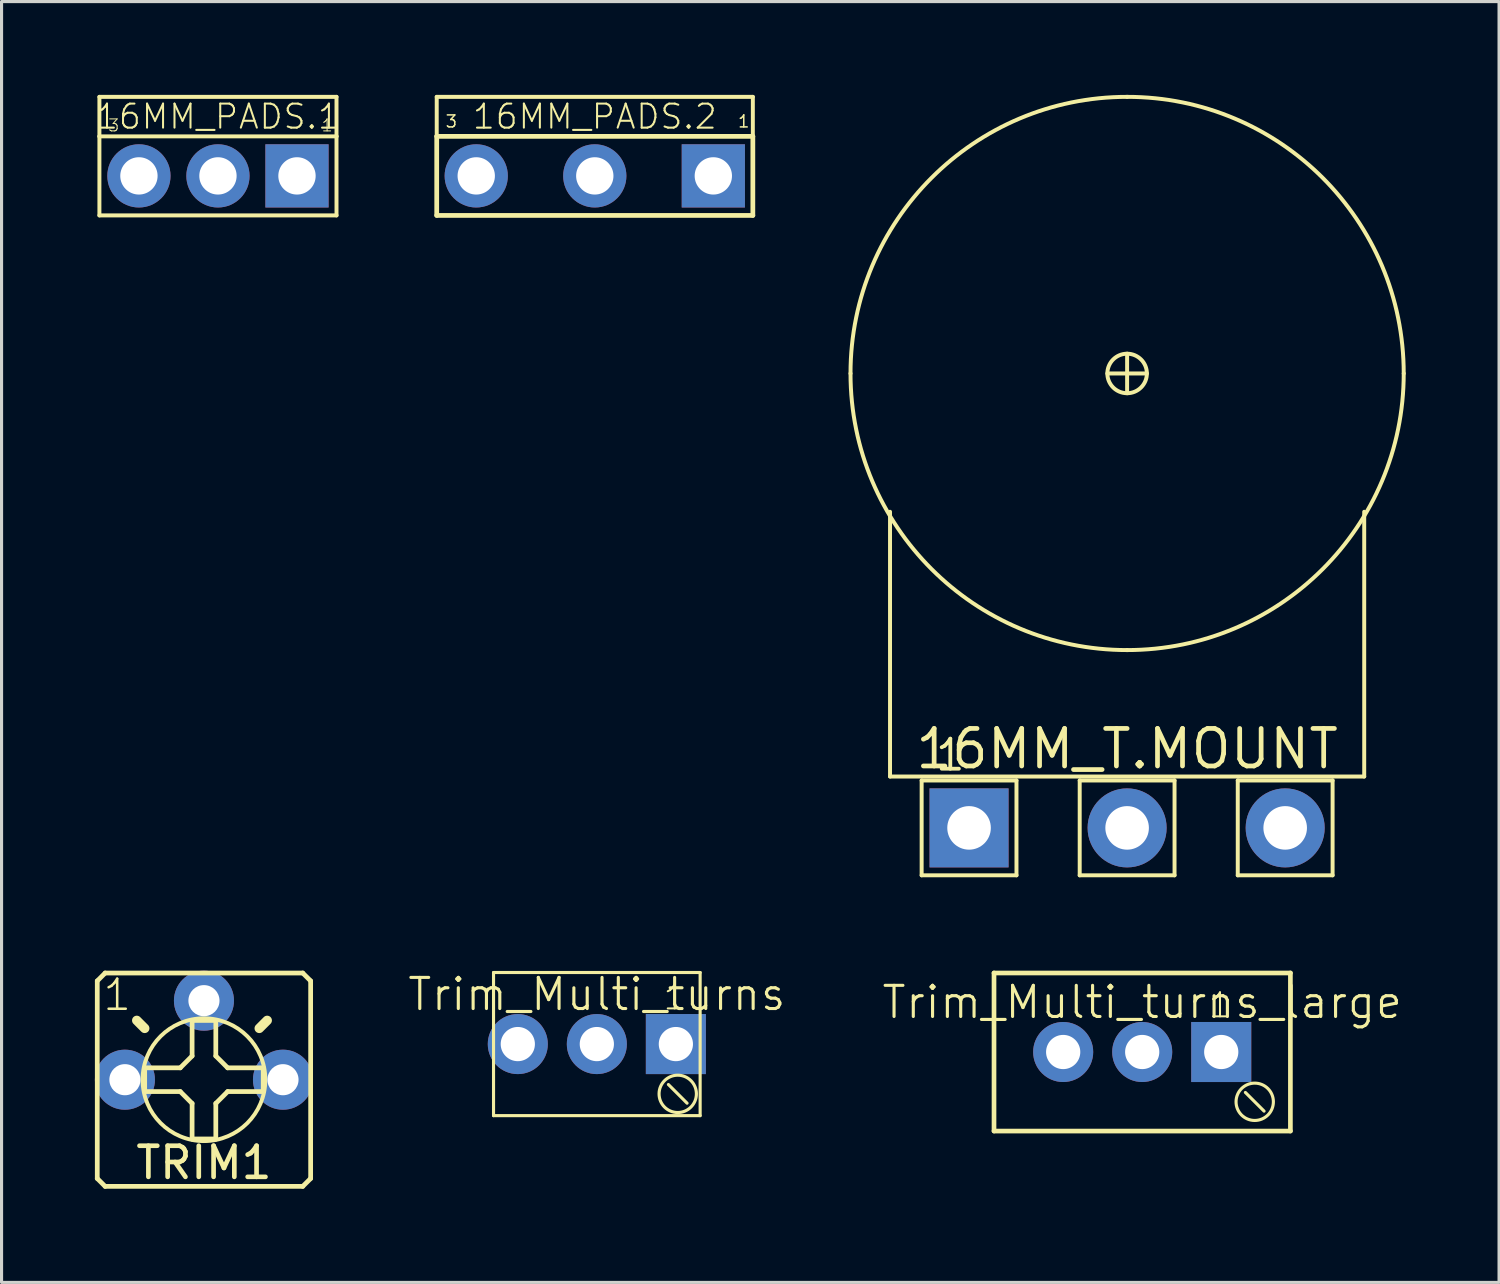
<source format=kicad_pcb>
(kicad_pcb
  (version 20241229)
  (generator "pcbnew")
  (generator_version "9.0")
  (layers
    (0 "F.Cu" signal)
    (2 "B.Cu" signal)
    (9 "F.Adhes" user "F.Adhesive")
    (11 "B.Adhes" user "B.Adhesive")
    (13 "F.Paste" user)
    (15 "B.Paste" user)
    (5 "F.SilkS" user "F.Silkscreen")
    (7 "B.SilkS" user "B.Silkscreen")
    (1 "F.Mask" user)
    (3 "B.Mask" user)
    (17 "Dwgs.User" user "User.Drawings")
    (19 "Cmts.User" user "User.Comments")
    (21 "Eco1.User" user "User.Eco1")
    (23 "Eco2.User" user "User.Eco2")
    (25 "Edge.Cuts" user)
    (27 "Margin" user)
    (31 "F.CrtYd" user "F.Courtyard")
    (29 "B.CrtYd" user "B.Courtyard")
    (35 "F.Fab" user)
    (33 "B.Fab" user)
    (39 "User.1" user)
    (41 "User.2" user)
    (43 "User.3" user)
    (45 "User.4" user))
  (footprint "16MM_PADS.2"
    (layer "F.Cu")
    (at 16.066 2.603)
    (property "Reference" "16MM_PADS.2" (at 0 -1.905 0) (layer "F.SilkS") (effects (font (size 0.772 0.772) (thickness 0.065))))
    (attr through_hole)
    (fp_line (start -5.08 -2.54) (end 5.08 -2.54) (stroke (width 0.127) (type solid)) (layer "F.SilkS"))
    (fp_line (start -5.08 -1.27) (end -5.08 -2.54) (stroke (width 0.127) (type solid)) (layer "F.SilkS"))
    (fp_line (start -5.08 -1.27) (end 5.08 -1.27) (stroke (width 0.152) (type solid)) (layer "F.SilkS"))
    (fp_line (start -5.08 1.27) (end -5.08 -1.27) (stroke (width 0.152) (type solid)) (layer "F.SilkS"))
    (fp_line (start 5.08 -2.54) (end 5.08 -1.27) (stroke (width 0.127) (type solid)) (layer "F.SilkS"))
    (fp_line (start 5.08 -1.27) (end 5.08 1.27) (stroke (width 0.152) (type solid)) (layer "F.SilkS"))
    (fp_line (start 5.08 1.27) (end -5.08 1.27) (stroke (width 0.152) (type solid)) (layer "F.SilkS"))
    (fp_text user "1" (at 4.572 -1.524 0) (layer "F.SilkS") (effects (font (size 0.386 0.386) (thickness 0.049)) (justify left bottom)))
    (fp_text user "3" (at -4.826 -1.524 0) (layer "F.SilkS") (effects (font (size 0.386 0.386) (thickness 0.049)) (justify left bottom)))
    (pad "1" thru_hole rect (at 3.81 0 180) (size 2.032 2.032) (drill 1.2) (layers "*.Cu" "*.Mask"))
    (pad "2" thru_hole oval (at 0 0 180) (size 2.032 2.032) (drill 1.2) (layers "*.Cu" "*.Mask"))
    (pad "3" thru_hole oval (at -3.81 0 180) (size 2.032 2.032) (drill 1.2) (layers "*.Cu" "*.Mask")))
  (footprint "Trim_Multi_turns_large"
    (layer "F.Cu")
    (at 33.66 30.761)
    (property "Reference" "Trim_Multi_turns_large" (at 0 -1.6 0) (layer "F.SilkS") (effects (font (size 1 1) (thickness 0.1))))
    (attr through_hole)
    (fp_line (start -4.763 -2.54) (end -4.763 2.54) (stroke (width 0.15) (type solid)) (layer "F.SilkS"))
    (fp_line (start -4.763 2.54) (end 4.763 2.54) (stroke (width 0.15) (type solid)) (layer "F.SilkS"))
    (fp_line (start 3.316 1.3) (end 3.916 1.9) (stroke (width 0.1) (type solid)) (layer "F.SilkS"))
    (fp_line (start 4.763 -2.54) (end -4.763 -2.54) (stroke (width 0.15) (type solid)) (layer "F.SilkS"))
    (fp_line (start 4.763 2.54) (end 4.763 -2.54) (stroke (width 0.15) (type solid)) (layer "F.SilkS"))
    (fp_circle (center 3.616 1.6) (end 3.616 2.2) (stroke (width 0.1) (type solid)) (fill no) (layer "F.SilkS"))
    (fp_text user "1" (at 2.5 -1.5 0) (layer "F.SilkS") (effects (font (size 0.772 0.772) (thickness 0.065))))
    (pad "1" thru_hole rect (at 2.54 0) (size 1.93 1.93) (drill 1.1) (layers "*.Cu" "*.Mask"))
    (pad "2" thru_hole oval (at 0 0) (size 1.93 1.93) (drill 1.1) (layers "*.Cu" "*.Mask"))
    (pad "3" thru_hole oval (at -2.54 0) (size 1.93 1.93) (drill 1.1) (layers "*.Cu" "*.Mask")))
  (footprint "Trim_Multi_turns"
    (layer "F.Cu")
    (at 16.132 30.506)
    (property "Reference" "Trim_Multi_turns" (at 0 -1.6 0) (layer "F.SilkS") (effects (font (size 1 1) (thickness 0.1))))
    (attr through_hole)
    (fp_line (start -3.32 -2.3) (end -3.32 2.3) (stroke (width 0.1) (type solid)) (layer "F.SilkS"))
    (fp_line (start -3.32 -2.3) (end 3.32 -2.3) (stroke (width 0.1) (type solid)) (layer "F.SilkS"))
    (fp_line (start 2.3 1.3) (end 2.9 1.9) (stroke (width 0.1) (type solid)) (layer "F.SilkS"))
    (fp_line (start 3.32 -2.3) (end 3.32 2.3) (stroke (width 0.1) (type solid)) (layer "F.SilkS"))
    (fp_line (start 3.32 2.3) (end -3.32 2.3) (stroke (width 0.1) (type solid)) (layer "F.SilkS"))
    (fp_circle (center 2.6 1.6) (end 2.6 2.2) (stroke (width 0.1) (type solid)) (fill no) (layer "F.SilkS"))
    (fp_text user "1" (at 2.5 -1.5 0) (layer "F.SilkS") (effects (font (size 0.772 0.772) (thickness 0.065))))
    (pad "1" thru_hole rect (at 2.54 0) (size 1.93 1.93) (drill 1.1) (layers "*.Cu" "*.Mask"))
    (pad "2" thru_hole oval (at 0 0) (size 1.93 1.93) (drill 1.1) (layers "*.Cu" "*.Mask"))
    (pad "3" thru_hole oval (at -2.54 0) (size 1.93 1.93) (drill 1.1) (layers "*.Cu" "*.Mask")))
  (footprint "16MM_T.MOUNT"
    (layer "F.Cu")
    (at 33.175 23.558)
    (property "Reference" "16MM_T.MOUNT" (at 0 -2.54 0) (layer "F.SilkS") (effects (font (size 1.206 1.206) (thickness 0.152))))
    (attr through_hole)
    (fp_line (start -7.62 -10.16) (end -7.62 -1.651) (stroke (width 0.127) (type solid)) (layer "F.SilkS"))
    (fp_line (start -7.62 -1.651) (end 7.62 -1.651) (stroke (width 0.127) (type solid)) (layer "F.SilkS"))
    (fp_line (start -6.604 -1.524) (end -6.604 1.524) (stroke (width 0.127) (type solid)) (layer "F.SilkS"))
    (fp_line (start -6.604 -1.524) (end -3.556 -1.524) (stroke (width 0.127) (type solid)) (layer "F.SilkS"))
    (fp_line (start -6.604 1.524) (end -3.556 1.524) (stroke (width 0.127) (type solid)) (layer "F.SilkS"))
    (fp_line (start -3.556 1.524) (end -3.556 -1.524) (stroke (width 0.127) (type solid)) (layer "F.SilkS"))
    (fp_line (start -1.524 -1.524) (end -1.524 1.524) (stroke (width 0.127) (type solid)) (layer "F.SilkS"))
    (fp_line (start -1.524 -1.524) (end 1.524 -1.524) (stroke (width 0.127) (type solid)) (layer "F.SilkS"))
    (fp_line (start -1.524 1.524) (end 1.524 1.524) (stroke (width 0.127) (type solid)) (layer "F.SilkS"))
    (fp_line (start -0.635 -14.605) (end 0.635 -14.605) (stroke (width 0.127) (type solid)) (layer "F.SilkS"))
    (fp_line (start 0 -15.24) (end 0 -13.97) (stroke (width 0.127) (type solid)) (layer "F.SilkS"))
    (fp_line (start 1.524 1.524) (end 1.524 -1.524) (stroke (width 0.127) (type solid)) (layer "F.SilkS"))
    (fp_line (start 3.556 -1.524) (end 3.556 1.524) (stroke (width 0.127) (type solid)) (layer "F.SilkS"))
    (fp_line (start 3.556 -1.524) (end 6.604 -1.524) (stroke (width 0.127) (type solid)) (layer "F.SilkS"))
    (fp_line (start 3.556 1.524) (end 6.604 1.524) (stroke (width 0.127) (type solid)) (layer "F.SilkS"))
    (fp_line (start 6.604 1.524) (end 6.604 -1.524) (stroke (width 0.127) (type solid)) (layer "F.SilkS"))
    (fp_line (start 7.62 -1.651) (end 7.62 -10.16) (stroke (width 0.127) (type solid)) (layer "F.SilkS"))
    (fp_arc (start -8.89 -14.605) (mid -6.286208 -20.891209) (end 0.000002 -23.495) (stroke (width 0.127) (type solid)) (layer "F.SilkS"))
    (fp_arc (start 0 -23.495) (mid 6.286209 -20.891208) (end 8.89 -14.604998) (stroke (width 0.127) (type solid)) (layer "F.SilkS"))
    (fp_arc (start 0 -5.715) (mid -6.286179 -8.318821) (end -8.89 -14.605) (stroke (width 0.127) (type solid)) (layer "F.SilkS"))
    (fp_arc (start 8.89 -14.605) (mid 6.286179 -8.318821) (end 0 -5.715) (stroke (width 0.127) (type solid)) (layer "F.SilkS"))
    (fp_circle (center 0 -14.605) (end 0.635 -14.605) (stroke (width 0.127) (type solid)) (fill no) (layer "F.SilkS"))
    (fp_text user "1" (at -6.223 -1.778 0) (layer "F.SilkS") (effects (font (size 0.965 0.965) (thickness 0.122)) (justify left bottom)))
    (pad "1" thru_hole rect (at -5.08 0 180) (size 2.54 2.54) (drill 1.4) (layers "*.Cu" "*.Mask"))
    (pad "2" thru_hole oval (at 0 0 180) (size 2.54 2.54) (drill 1.4) (layers "*.Cu" "*.Mask"))
    (pad "3" thru_hole oval (at 5.08 0 180) (size 2.54 2.54) (drill 1.4) (layers "*.Cu" "*.Mask")))
  (footprint "TRIM1"
    (layer "F.Cu")
    (at 3.505 31.651)
    (property "Reference" "TRIM1" (at 0 2.667 0) (layer "F.SilkS") (effects (font (size 1 1) (thickness 0.15))))
    (attr through_hole)
    (fp_line (start -3.429 -3.175) (end -3.429 3.175) (stroke (width 0.152) (type solid)) (layer "F.SilkS"))
    (fp_line (start -3.175 -3.429) (end -3.429 -3.175) (stroke (width 0.152) (type solid)) (layer "F.SilkS"))
    (fp_line (start -3.175 3.429) (end -3.429 3.175) (stroke (width 0.152) (type solid)) (layer "F.SilkS"))
    (fp_line (start -3.175 3.429) (end 3.175 3.429) (stroke (width 0.152) (type solid)) (layer "F.SilkS"))
    (fp_line (start -1.905 -1.651) (end -2.159 -1.905) (stroke (width 0.305) (type solid)) (layer "F.SilkS"))
    (fp_line (start -1.905 -0.381) (end -1.905 0.381) (stroke (width 0.152) (type solid)) (layer "F.SilkS"))
    (fp_line (start -1.905 0.381) (end -0.762 0.381) (stroke (width 0.152) (type solid)) (layer "F.SilkS"))
    (fp_line (start -0.762 -0.381) (end -1.905 -0.381) (stroke (width 0.152) (type solid)) (layer "F.SilkS"))
    (fp_line (start -0.381 -1.905) (end -0.381 -0.762) (stroke (width 0.152) (type solid)) (layer "F.SilkS"))
    (fp_line (start -0.381 -0.762) (end -0.762 -0.381) (stroke (width 0.152) (type solid)) (layer "F.SilkS"))
    (fp_line (start -0.381 0.762) (end -0.762 0.381) (stroke (width 0.152) (type solid)) (layer "F.SilkS"))
    (fp_line (start -0.381 0.762) (end -0.381 1.905) (stroke (width 0.152) (type solid)) (layer "F.SilkS"))
    (fp_line (start -0.381 1.905) (end 0.381 1.905) (stroke (width 0.152) (type solid)) (layer "F.SilkS"))
    (fp_line (start 0.381 -1.905) (end -0.381 -1.905) (stroke (width 0.152) (type solid)) (layer "F.SilkS"))
    (fp_line (start 0.381 -0.762) (end 0.381 -1.905) (stroke (width 0.152) (type solid)) (layer "F.SilkS"))
    (fp_line (start 0.381 0.762) (end 0.762 0.381) (stroke (width 0.152) (type solid)) (layer "F.SilkS"))
    (fp_line (start 0.381 1.905) (end 0.381 0.762) (stroke (width 0.152) (type solid)) (layer "F.SilkS"))
    (fp_line (start 0.762 -0.381) (end 0.381 -0.762) (stroke (width 0.152) (type solid)) (layer "F.SilkS"))
    (fp_line (start 0.762 0.381) (end 1.905 0.381) (stroke (width 0.152) (type solid)) (layer "F.SilkS"))
    (fp_line (start 1.778 -1.651) (end 2.032 -1.905) (stroke (width 0.305) (type solid)) (layer "F.SilkS"))
    (fp_line (start 1.905 -0.381) (end 0.762 -0.381) (stroke (width 0.152) (type solid)) (layer "F.SilkS"))
    (fp_line (start 1.905 0.381) (end 1.905 -0.381) (stroke (width 0.152) (type solid)) (layer "F.SilkS"))
    (fp_line (start 3.175 -3.429) (end -3.175 -3.429) (stroke (width 0.152) (type solid)) (layer "F.SilkS"))
    (fp_line (start 3.175 -3.429) (end 3.429 -3.175) (stroke (width 0.152) (type solid)) (layer "F.SilkS"))
    (fp_line (start 3.175 3.429) (end 3.429 3.175) (stroke (width 0.152) (type solid)) (layer "F.SilkS"))
    (fp_line (start 3.429 3.175) (end 3.429 -3.175) (stroke (width 0.152) (type solid)) (layer "F.SilkS"))
    (fp_circle (center 0 0) (end 1.972 0) (stroke (width 0.127) (type solid)) (fill no) (layer "F.SilkS"))
    (fp_text user "1" (at -3.302 -2.159 0) (layer "F.SilkS") (effects (font (size 0.965 0.965) (thickness 0.081)) (justify left bottom)))
    (pad "1" thru_hole oval (at -2.54 0) (size 1.93 1.93) (drill 1) (layers "*.Cu" "*.Mask"))
    (pad "2" thru_hole oval (at 0 -2.54) (size 1.93 1.93) (drill 1) (layers "*.Cu" "*.Mask"))
    (pad "3" thru_hole oval (at 2.54 0) (size 1.93 1.93) (drill 1) (layers "*.Cu" "*.Mask")))
  (footprint "16MM_PADS.1"
    (layer "F.Cu")
    (at 3.955 2.603)
    (property "Reference" "16MM_PADS.1" (at 0 -1.905 0) (layer "F.SilkS") (effects (font (size 0.772 0.772) (thickness 0.065))))
    (attr through_hole)
    (fp_line (start -3.81 -2.54) (end -3.81 -1.27) (stroke (width 0.127) (type solid)) (layer "F.SilkS"))
    (fp_line (start -3.81 -1.27) (end -3.81 1.27) (stroke (width 0.127) (type solid)) (layer "F.SilkS"))
    (fp_line (start 3.81 -2.54) (end -3.81 -2.54) (stroke (width 0.127) (type solid)) (layer "F.SilkS"))
    (fp_line (start 3.81 -2.54) (end 3.81 -1.27) (stroke (width 0.127) (type solid)) (layer "F.SilkS"))
    (fp_line (start 3.81 -1.27) (end -3.81 -1.27) (stroke (width 0.127) (type solid)) (layer "F.SilkS"))
    (fp_line (start 3.81 -1.27) (end 3.81 1.27) (stroke (width 0.127) (type solid)) (layer "F.SilkS"))
    (fp_line (start 3.81 1.27) (end -3.81 1.27) (stroke (width 0.127) (type solid)) (layer "F.SilkS"))
    (fp_text user "1" (at 3.302 -1.397 0) (layer "F.SilkS") (effects (font (size 0.386 0.386) (thickness 0.033)) (justify left bottom)))
    (fp_text user "3" (at -3.556 -1.397 0) (layer "F.SilkS") (effects (font (size 0.386 0.386) (thickness 0.033)) (justify left bottom)))
    (pad "1" thru_hole rect (at 2.54 0 90) (size 2.032 2.032) (drill 1.2) (layers "*.Cu" "*.Mask"))
    (pad "2" thru_hole oval (at 0 0 90) (size 2.032 2.032) (drill 1.2) (layers "*.Cu" "*.Mask"))
    (pad "3" thru_hole oval (at -2.54 0 90) (size 2.032 2.032) (drill 1.2) (layers "*.Cu" "*.Mask")))
  (gr_rect
    (start -3 -3)
    (end 45.129 38.166)
    (stroke (width 0.1) (type default))
    (fill no)
    (layer "Edge.Cuts")))
</source>
